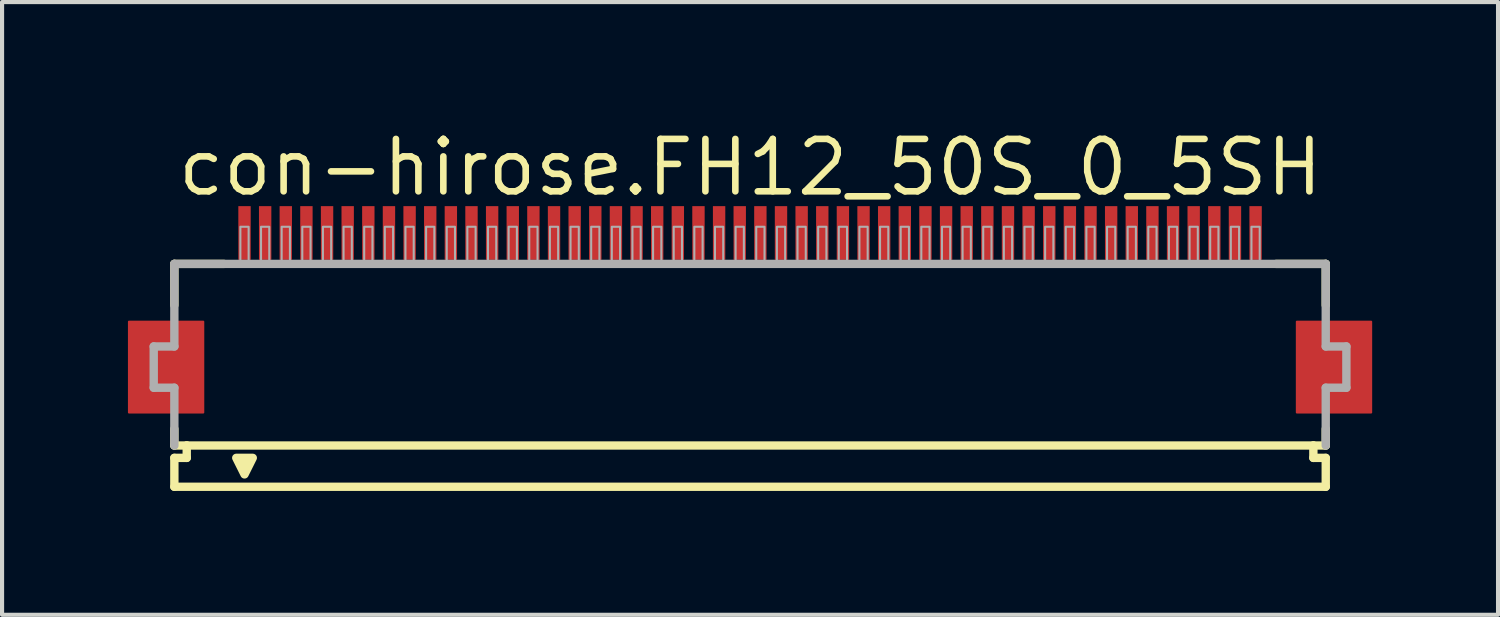
<source format=kicad_pcb>
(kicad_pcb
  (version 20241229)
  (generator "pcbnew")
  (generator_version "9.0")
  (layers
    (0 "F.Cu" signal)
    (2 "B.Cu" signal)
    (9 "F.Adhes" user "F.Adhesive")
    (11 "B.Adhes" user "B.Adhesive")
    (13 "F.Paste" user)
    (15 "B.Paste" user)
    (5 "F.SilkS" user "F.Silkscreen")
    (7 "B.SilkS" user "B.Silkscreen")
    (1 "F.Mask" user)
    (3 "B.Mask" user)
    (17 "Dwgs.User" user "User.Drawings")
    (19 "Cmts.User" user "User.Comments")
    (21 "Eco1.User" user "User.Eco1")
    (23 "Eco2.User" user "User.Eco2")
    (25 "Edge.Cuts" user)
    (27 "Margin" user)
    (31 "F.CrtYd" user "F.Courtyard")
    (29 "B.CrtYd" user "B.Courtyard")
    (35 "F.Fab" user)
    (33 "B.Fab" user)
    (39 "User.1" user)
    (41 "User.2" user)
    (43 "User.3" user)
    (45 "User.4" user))
  (footprint "con-hirose.FH12_50S_0_5SH"
    (layer "F.Cu")
    (at 15.125 5.845)
    (property "Reference" "con-hirose.FH12_50S_0_5SH" (at -13.948 -4.095 0) (layer "F.SilkS") (effects (font (size 1.27 1.27) (thickness 0.16)) (justify left bottom)))
    (attr smd)
    (fp_rect (start -15.05 1.1) (end -13.25 -1.1) (stroke (width 0.05) (type default)) (fill yes) (layer "F.Cu"))
    (fp_rect (start 13.25 1.1) (end 15.05 -1.1) (stroke (width 0.05) (type default)) (fill yes) (layer "F.Cu"))
    (fp_rect (start -15.1 1.175) (end -13.2 -1.175) (stroke (width 0.05) (type default)) (fill yes) (layer "F.Mask"))
    (fp_rect (start -12.45 -2.55) (end -12.05 -3.95) (stroke (width 0.05) (type default)) (fill yes) (layer "F.Mask"))
    (fp_rect (start -11.95 -2.55) (end -11.55 -3.95) (stroke (width 0.05) (type default)) (fill yes) (layer "F.Mask"))
    (fp_rect (start -11.45 -2.55) (end -11.05 -3.95) (stroke (width 0.05) (type default)) (fill yes) (layer "F.Mask"))
    (fp_rect (start -10.95 -2.55) (end -10.55 -3.95) (stroke (width 0.05) (type default)) (fill yes) (layer "F.Mask"))
    (fp_rect (start -10.45 -2.55) (end -10.05 -3.95) (stroke (width 0.05) (type default)) (fill yes) (layer "F.Mask"))
    (fp_rect (start -9.95 -2.55) (end -9.55 -3.95) (stroke (width 0.05) (type default)) (fill yes) (layer "F.Mask"))
    (fp_rect (start -9.45 -2.55) (end -9.05 -3.95) (stroke (width 0.05) (type default)) (fill yes) (layer "F.Mask"))
    (fp_rect (start -8.95 -2.55) (end -8.55 -3.95) (stroke (width 0.05) (type default)) (fill yes) (layer "F.Mask"))
    (fp_rect (start -8.45 -2.55) (end -8.05 -3.95) (stroke (width 0.05) (type default)) (fill yes) (layer "F.Mask"))
    (fp_rect (start -7.95 -2.55) (end -7.55 -3.95) (stroke (width 0.05) (type default)) (fill yes) (layer "F.Mask"))
    (fp_rect (start -7.45 -2.55) (end -7.05 -3.95) (stroke (width 0.05) (type default)) (fill yes) (layer "F.Mask"))
    (fp_rect (start -6.95 -2.55) (end -6.55 -3.95) (stroke (width 0.05) (type default)) (fill yes) (layer "F.Mask"))
    (fp_rect (start -6.45 -2.55) (end -6.05 -3.95) (stroke (width 0.05) (type default)) (fill yes) (layer "F.Mask"))
    (fp_rect (start -5.95 -2.55) (end -5.55 -3.95) (stroke (width 0.05) (type default)) (fill yes) (layer "F.Mask"))
    (fp_rect (start -5.45 -2.55) (end -5.05 -3.95) (stroke (width 0.05) (type default)) (fill yes) (layer "F.Mask"))
    (fp_rect (start -4.95 -2.55) (end -4.55 -3.95) (stroke (width 0.05) (type default)) (fill yes) (layer "F.Mask"))
    (fp_rect (start -4.45 -2.55) (end -4.05 -3.95) (stroke (width 0.05) (type default)) (fill yes) (layer "F.Mask"))
    (fp_rect (start -3.95 -2.55) (end -3.55 -3.95) (stroke (width 0.05) (type default)) (fill yes) (layer "F.Mask"))
    (fp_rect (start -3.45 -2.55) (end -3.05 -3.95) (stroke (width 0.05) (type default)) (fill yes) (layer "F.Mask"))
    (fp_rect (start -2.95 -2.55) (end -2.55 -3.95) (stroke (width 0.05) (type default)) (fill yes) (layer "F.Mask"))
    (fp_rect (start -2.45 -2.55) (end -2.05 -3.95) (stroke (width 0.05) (type default)) (fill yes) (layer "F.Mask"))
    (fp_rect (start -1.95 -2.55) (end -1.55 -3.95) (stroke (width 0.05) (type default)) (fill yes) (layer "F.Mask"))
    (fp_rect (start -1.45 -2.55) (end -1.05 -3.95) (stroke (width 0.05) (type default)) (fill yes) (layer "F.Mask"))
    (fp_rect (start -0.95 -2.55) (end -0.55 -3.95) (stroke (width 0.05) (type default)) (fill yes) (layer "F.Mask"))
    (fp_rect (start -0.45 -2.55) (end -0.05 -3.95) (stroke (width 0.05) (type default)) (fill yes) (layer "F.Mask"))
    (fp_rect (start 0.05 -2.55) (end 0.45 -3.95) (stroke (width 0.05) (type default)) (fill yes) (layer "F.Mask"))
    (fp_rect (start 0.55 -2.55) (end 0.95 -3.95) (stroke (width 0.05) (type default)) (fill yes) (layer "F.Mask"))
    (fp_rect (start 1.05 -2.55) (end 1.45 -3.95) (stroke (width 0.05) (type default)) (fill yes) (layer "F.Mask"))
    (fp_rect (start 1.55 -2.55) (end 1.95 -3.95) (stroke (width 0.05) (type default)) (fill yes) (layer "F.Mask"))
    (fp_rect (start 2.05 -2.55) (end 2.45 -3.95) (stroke (width 0.05) (type default)) (fill yes) (layer "F.Mask"))
    (fp_rect (start 2.55 -2.55) (end 2.95 -3.95) (stroke (width 0.05) (type default)) (fill yes) (layer "F.Mask"))
    (fp_rect (start 3.05 -2.55) (end 3.45 -3.95) (stroke (width 0.05) (type default)) (fill yes) (layer "F.Mask"))
    (fp_rect (start 3.55 -2.55) (end 3.95 -3.95) (stroke (width 0.05) (type default)) (fill yes) (layer "F.Mask"))
    (fp_rect (start 4.05 -2.55) (end 4.45 -3.95) (stroke (width 0.05) (type default)) (fill yes) (layer "F.Mask"))
    (fp_rect (start 4.55 -2.55) (end 4.95 -3.95) (stroke (width 0.05) (type default)) (fill yes) (layer "F.Mask"))
    (fp_rect (start 5.05 -2.55) (end 5.45 -3.95) (stroke (width 0.05) (type default)) (fill yes) (layer "F.Mask"))
    (fp_rect (start 5.55 -2.55) (end 5.95 -3.95) (stroke (width 0.05) (type default)) (fill yes) (layer "F.Mask"))
    (fp_rect (start 6.05 -2.55) (end 6.45 -3.95) (stroke (width 0.05) (type default)) (fill yes) (layer "F.Mask"))
    (fp_rect (start 6.55 -2.55) (end 6.95 -3.95) (stroke (width 0.05) (type default)) (fill yes) (layer "F.Mask"))
    (fp_rect (start 7.05 -2.55) (end 7.45 -3.95) (stroke (width 0.05) (type default)) (fill yes) (layer "F.Mask"))
    (fp_rect (start 7.55 -2.55) (end 7.95 -3.95) (stroke (width 0.05) (type default)) (fill yes) (layer "F.Mask"))
    (fp_rect (start 8.05 -2.55) (end 8.45 -3.95) (stroke (width 0.05) (type default)) (fill yes) (layer "F.Mask"))
    (fp_rect (start 8.55 -2.55) (end 8.95 -3.95) (stroke (width 0.05) (type default)) (fill yes) (layer "F.Mask"))
    (fp_rect (start 9.05 -2.55) (end 9.45 -3.95) (stroke (width 0.05) (type default)) (fill yes) (layer "F.Mask"))
    (fp_rect (start 9.55 -2.55) (end 9.95 -3.95) (stroke (width 0.05) (type default)) (fill yes) (layer "F.Mask"))
    (fp_rect (start 10.05 -2.55) (end 10.45 -3.95) (stroke (width 0.05) (type default)) (fill yes) (layer "F.Mask"))
    (fp_rect (start 10.55 -2.55) (end 10.95 -3.95) (stroke (width 0.05) (type default)) (fill yes) (layer "F.Mask"))
    (fp_rect (start 11.05 -2.55) (end 11.45 -3.95) (stroke (width 0.05) (type default)) (fill yes) (layer "F.Mask"))
    (fp_rect (start 11.55 -2.55) (end 11.95 -3.95) (stroke (width 0.05) (type default)) (fill yes) (layer "F.Mask"))
    (fp_rect (start 12.05 -2.55) (end 12.45 -3.95) (stroke (width 0.05) (type default)) (fill yes) (layer "F.Mask"))
    (fp_rect (start 13.2 1.175) (end 15.1 -1.175) (stroke (width 0.05) (type default)) (fill yes) (layer "F.Mask"))
    (fp_line (start -13.95 -2.5) (end -13.95 -1.5) (stroke (width 0.203) (type default)) (layer "F.SilkS"))
    (fp_line (start -13.95 1.5) (end -13.95 1.9) (stroke (width 0.203) (type default)) (layer "F.SilkS"))
    (fp_line (start -13.95 1.9) (end -13.65 1.9) (stroke (width 0.203) (type default)) (layer "F.SilkS"))
    (fp_line (start -13.95 2.2) (end -13.95 2.9) (stroke (width 0.203) (type default)) (layer "F.SilkS"))
    (fp_line (start -13.65 1.9) (end -13.65 2.2) (stroke (width 0.203) (type default)) (layer "F.SilkS"))
    (fp_line (start -13.65 2.2) (end -13.95 2.2) (stroke (width 0.203) (type default)) (layer "F.SilkS"))
    (fp_line (start -12.75 -2.5) (end -13.95 -2.5) (stroke (width 0.203) (type default)) (layer "F.SilkS"))
    (fp_line (start 13.65 1.9) (end -13.65 1.9) (stroke (width 0.203) (type default)) (layer "F.SilkS"))
    (fp_line (start 13.65 1.9) (end 13.95 1.9) (stroke (width 0.203) (type default)) (layer "F.SilkS"))
    (fp_line (start 13.65 2.2) (end 13.65 1.9) (stroke (width 0.203) (type default)) (layer "F.SilkS"))
    (fp_line (start 13.95 -2.5) (end 12.75 -2.5) (stroke (width 0.203) (type default)) (layer "F.SilkS"))
    (fp_line (start 13.95 -1.5) (end 13.95 -2.5) (stroke (width 0.203) (type default)) (layer "F.SilkS"))
    (fp_line (start 13.95 1.9) (end 13.95 1.5) (stroke (width 0.203) (type default)) (layer "F.SilkS"))
    (fp_line (start 13.95 2.2) (end 13.65 2.2) (stroke (width 0.203) (type default)) (layer "F.SilkS"))
    (fp_line (start 13.95 2.9) (end -13.95 2.9) (stroke (width 0.203) (type default)) (layer "F.SilkS"))
    (fp_line (start 13.95 2.9) (end 13.95 2.2) (stroke (width 0.203) (type default)) (layer "F.SilkS"))
    (fp_poly (pts (xy -12.45 2.2) (xy -12.25 2.6) (xy -12.05 2.2)) (stroke (width 0.203) (type default)) (fill yes) (layer "F.SilkS"))
    (fp_rect (start -14.975 1.025) (end -13.325 -1.025) (stroke (width 0.05) (type default)) (fill yes) (layer "F.Paste"))
    (fp_rect (start -12.375 -2.625) (end -12.125 -3.875) (stroke (width 0.05) (type default)) (fill yes) (layer "F.Paste"))
    (fp_rect (start -11.875 -2.625) (end -11.625 -3.875) (stroke (width 0.05) (type default)) (fill yes) (layer "F.Paste"))
    (fp_rect (start -11.375 -2.625) (end -11.125 -3.875) (stroke (width 0.05) (type default)) (fill yes) (layer "F.Paste"))
    (fp_rect (start -10.875 -2.625) (end -10.625 -3.875) (stroke (width 0.05) (type default)) (fill yes) (layer "F.Paste"))
    (fp_rect (start -10.375 -2.625) (end -10.125 -3.875) (stroke (width 0.05) (type default)) (fill yes) (layer "F.Paste"))
    (fp_rect (start -9.875 -2.625) (end -9.625 -3.875) (stroke (width 0.05) (type default)) (fill yes) (layer "F.Paste"))
    (fp_rect (start -9.375 -2.625) (end -9.125 -3.875) (stroke (width 0.05) (type default)) (fill yes) (layer "F.Paste"))
    (fp_rect (start -8.875 -2.625) (end -8.625 -3.875) (stroke (width 0.05) (type default)) (fill yes) (layer "F.Paste"))
    (fp_rect (start -8.375 -2.625) (end -8.125 -3.875) (stroke (width 0.05) (type default)) (fill yes) (layer "F.Paste"))
    (fp_rect (start -7.875 -2.625) (end -7.625 -3.875) (stroke (width 0.05) (type default)) (fill yes) (layer "F.Paste"))
    (fp_rect (start -7.375 -2.625) (end -7.125 -3.875) (stroke (width 0.05) (type default)) (fill yes) (layer "F.Paste"))
    (fp_rect (start -6.875 -2.625) (end -6.625 -3.875) (stroke (width 0.05) (type default)) (fill yes) (layer "F.Paste"))
    (fp_rect (start -6.375 -2.625) (end -6.125 -3.875) (stroke (width 0.05) (type default)) (fill yes) (layer "F.Paste"))
    (fp_rect (start -5.875 -2.625) (end -5.625 -3.875) (stroke (width 0.05) (type default)) (fill yes) (layer "F.Paste"))
    (fp_rect (start -5.375 -2.625) (end -5.125 -3.875) (stroke (width 0.05) (type default)) (fill yes) (layer "F.Paste"))
    (fp_rect (start -4.875 -2.625) (end -4.625 -3.875) (stroke (width 0.05) (type default)) (fill yes) (layer "F.Paste"))
    (fp_rect (start -4.375 -2.625) (end -4.125 -3.875) (stroke (width 0.05) (type default)) (fill yes) (layer "F.Paste"))
    (fp_rect (start -3.875 -2.625) (end -3.625 -3.875) (stroke (width 0.05) (type default)) (fill yes) (layer "F.Paste"))
    (fp_rect (start -3.375 -2.625) (end -3.125 -3.875) (stroke (width 0.05) (type default)) (fill yes) (layer "F.Paste"))
    (fp_rect (start -2.875 -2.625) (end -2.625 -3.875) (stroke (width 0.05) (type default)) (fill yes) (layer "F.Paste"))
    (fp_rect (start -2.375 -2.625) (end -2.125 -3.875) (stroke (width 0.05) (type default)) (fill yes) (layer "F.Paste"))
    (fp_rect (start -1.875 -2.625) (end -1.625 -3.875) (stroke (width 0.05) (type default)) (fill yes) (layer "F.Paste"))
    (fp_rect (start -1.375 -2.625) (end -1.125 -3.875) (stroke (width 0.05) (type default)) (fill yes) (layer "F.Paste"))
    (fp_rect (start -0.875 -2.625) (end -0.625 -3.875) (stroke (width 0.05) (type default)) (fill yes) (layer "F.Paste"))
    (fp_rect (start -0.375 -2.625) (end -0.125 -3.875) (stroke (width 0.05) (type default)) (fill yes) (layer "F.Paste"))
    (fp_rect (start 0.125 -2.625) (end 0.375 -3.875) (stroke (width 0.05) (type default)) (fill yes) (layer "F.Paste"))
    (fp_rect (start 0.625 -2.625) (end 0.875 -3.875) (stroke (width 0.05) (type default)) (fill yes) (layer "F.Paste"))
    (fp_rect (start 1.125 -2.625) (end 1.375 -3.875) (stroke (width 0.05) (type default)) (fill yes) (layer "F.Paste"))
    (fp_rect (start 1.625 -2.625) (end 1.875 -3.875) (stroke (width 0.05) (type default)) (fill yes) (layer "F.Paste"))
    (fp_rect (start 2.125 -2.625) (end 2.375 -3.875) (stroke (width 0.05) (type default)) (fill yes) (layer "F.Paste"))
    (fp_rect (start 2.625 -2.625) (end 2.875 -3.875) (stroke (width 0.05) (type default)) (fill yes) (layer "F.Paste"))
    (fp_rect (start 3.125 -2.625) (end 3.375 -3.875) (stroke (width 0.05) (type default)) (fill yes) (layer "F.Paste"))
    (fp_rect (start 3.625 -2.625) (end 3.875 -3.875) (stroke (width 0.05) (type default)) (fill yes) (layer "F.Paste"))
    (fp_rect (start 4.125 -2.625) (end 4.375 -3.875) (stroke (width 0.05) (type default)) (fill yes) (layer "F.Paste"))
    (fp_rect (start 4.625 -2.625) (end 4.875 -3.875) (stroke (width 0.05) (type default)) (fill yes) (layer "F.Paste"))
    (fp_rect (start 5.125 -2.625) (end 5.375 -3.875) (stroke (width 0.05) (type default)) (fill yes) (layer "F.Paste"))
    (fp_rect (start 5.625 -2.625) (end 5.875 -3.875) (stroke (width 0.05) (type default)) (fill yes) (layer "F.Paste"))
    (fp_rect (start 6.125 -2.625) (end 6.375 -3.875) (stroke (width 0.05) (type default)) (fill yes) (layer "F.Paste"))
    (fp_rect (start 6.625 -2.625) (end 6.875 -3.875) (stroke (width 0.05) (type default)) (fill yes) (layer "F.Paste"))
    (fp_rect (start 7.125 -2.625) (end 7.375 -3.875) (stroke (width 0.05) (type default)) (fill yes) (layer "F.Paste"))
    (fp_rect (start 7.625 -2.625) (end 7.875 -3.875) (stroke (width 0.05) (type default)) (fill yes) (layer "F.Paste"))
    (fp_rect (start 8.125 -2.625) (end 8.375 -3.875) (stroke (width 0.05) (type default)) (fill yes) (layer "F.Paste"))
    (fp_rect (start 8.625 -2.625) (end 8.875 -3.875) (stroke (width 0.05) (type default)) (fill yes) (layer "F.Paste"))
    (fp_rect (start 9.125 -2.625) (end 9.375 -3.875) (stroke (width 0.05) (type default)) (fill yes) (layer "F.Paste"))
    (fp_rect (start 9.625 -2.625) (end 9.875 -3.875) (stroke (width 0.05) (type default)) (fill yes) (layer "F.Paste"))
    (fp_rect (start 10.125 -2.625) (end 10.375 -3.875) (stroke (width 0.05) (type default)) (fill yes) (layer "F.Paste"))
    (fp_rect (start 10.625 -2.625) (end 10.875 -3.875) (stroke (width 0.05) (type default)) (fill yes) (layer "F.Paste"))
    (fp_rect (start 11.125 -2.625) (end 11.375 -3.875) (stroke (width 0.05) (type default)) (fill yes) (layer "F.Paste"))
    (fp_rect (start 11.625 -2.625) (end 11.875 -3.875) (stroke (width 0.05) (type default)) (fill yes) (layer "F.Paste"))
    (fp_rect (start 12.125 -2.625) (end 12.375 -3.875) (stroke (width 0.05) (type default)) (fill yes) (layer "F.Paste"))
    (fp_rect (start 13.325 1.025) (end 14.975 -1.025) (stroke (width 0.05) (type default)) (fill yes) (layer "F.Paste"))
    (fp_line (start -14.45 -0.5) (end -14.45 0.5) (stroke (width 0.203) (type default)) (layer "F.Fab"))
    (fp_line (start -14.45 0.5) (end -13.95 0.5) (stroke (width 0.203) (type default)) (layer "F.Fab"))
    (fp_line (start -13.95 -2.5) (end -13.95 -0.5) (stroke (width 0.203) (type default)) (layer "F.Fab"))
    (fp_line (start -13.95 -0.5) (end -14.45 -0.5) (stroke (width 0.203) (type default)) (layer "F.Fab"))
    (fp_line (start -13.95 0.5) (end -13.95 1.9) (stroke (width 0.203) (type default)) (layer "F.Fab"))
    (fp_line (start 13.95 -2.5) (end -13.95 -2.5) (stroke (width 0.203) (type default)) (layer "F.Fab"))
    (fp_line (start 13.95 -0.5) (end 13.95 -2.5) (stroke (width 0.203) (type default)) (layer "F.Fab"))
    (fp_line (start 13.95 0.5) (end 14.45 0.5) (stroke (width 0.203) (type default)) (layer "F.Fab"))
    (fp_line (start 13.95 1.9) (end 13.95 0.5) (stroke (width 0.203) (type default)) (layer "F.Fab"))
    (fp_line (start 14.45 -0.5) (end 13.95 -0.5) (stroke (width 0.203) (type default)) (layer "F.Fab"))
    (fp_line (start 14.45 0.5) (end 14.45 -0.5) (stroke (width 0.203) (type default)) (layer "F.Fab"))
    (fp_rect (start -12.35 -2.55) (end -12.15 -3.4) (stroke (width 0.05) (type default)) (fill no) (layer "F.Fab"))
    (fp_rect (start -11.85 -2.55) (end -11.65 -3.4) (stroke (width 0.05) (type default)) (fill no) (layer "F.Fab"))
    (fp_rect (start -11.35 -2.55) (end -11.15 -3.4) (stroke (width 0.05) (type default)) (fill no) (layer "F.Fab"))
    (fp_rect (start -10.85 -2.55) (end -10.65 -3.4) (stroke (width 0.05) (type default)) (fill no) (layer "F.Fab"))
    (fp_rect (start -10.35 -2.55) (end -10.15 -3.4) (stroke (width 0.05) (type default)) (fill no) (layer "F.Fab"))
    (fp_rect (start -9.85 -2.55) (end -9.65 -3.4) (stroke (width 0.05) (type default)) (fill no) (layer "F.Fab"))
    (fp_rect (start -9.35 -2.55) (end -9.15 -3.4) (stroke (width 0.05) (type default)) (fill no) (layer "F.Fab"))
    (fp_rect (start -8.85 -2.55) (end -8.65 -3.4) (stroke (width 0.05) (type default)) (fill no) (layer "F.Fab"))
    (fp_rect (start -8.35 -2.55) (end -8.15 -3.4) (stroke (width 0.05) (type default)) (fill no) (layer "F.Fab"))
    (fp_rect (start -7.85 -2.55) (end -7.65 -3.4) (stroke (width 0.05) (type default)) (fill no) (layer "F.Fab"))
    (fp_rect (start -7.35 -2.55) (end -7.15 -3.4) (stroke (width 0.05) (type default)) (fill no) (layer "F.Fab"))
    (fp_rect (start -6.85 -2.55) (end -6.65 -3.4) (stroke (width 0.05) (type default)) (fill no) (layer "F.Fab"))
    (fp_rect (start -6.35 -2.55) (end -6.15 -3.4) (stroke (width 0.05) (type default)) (fill no) (layer "F.Fab"))
    (fp_rect (start -5.85 -2.55) (end -5.65 -3.4) (stroke (width 0.05) (type default)) (fill no) (layer "F.Fab"))
    (fp_rect (start -5.35 -2.55) (end -5.15 -3.4) (stroke (width 0.05) (type default)) (fill no) (layer "F.Fab"))
    (fp_rect (start -4.85 -2.55) (end -4.65 -3.4) (stroke (width 0.05) (type default)) (fill no) (layer "F.Fab"))
    (fp_rect (start -4.35 -2.55) (end -4.15 -3.4) (stroke (width 0.05) (type default)) (fill no) (layer "F.Fab"))
    (fp_rect (start -3.85 -2.55) (end -3.65 -3.4) (stroke (width 0.05) (type default)) (fill no) (layer "F.Fab"))
    (fp_rect (start -3.35 -2.55) (end -3.15 -3.4) (stroke (width 0.05) (type default)) (fill no) (layer "F.Fab"))
    (fp_rect (start -2.85 -2.55) (end -2.65 -3.4) (stroke (width 0.05) (type default)) (fill no) (layer "F.Fab"))
    (fp_rect (start -2.35 -2.55) (end -2.15 -3.4) (stroke (width 0.05) (type default)) (fill no) (layer "F.Fab"))
    (fp_rect (start -1.85 -2.55) (end -1.65 -3.4) (stroke (width 0.05) (type default)) (fill no) (layer "F.Fab"))
    (fp_rect (start -1.35 -2.55) (end -1.15 -3.4) (stroke (width 0.05) (type default)) (fill no) (layer "F.Fab"))
    (fp_rect (start -0.85 -2.55) (end -0.65 -3.4) (stroke (width 0.05) (type default)) (fill no) (layer "F.Fab"))
    (fp_rect (start -0.35 -2.55) (end -0.15 -3.4) (stroke (width 0.05) (type default)) (fill no) (layer "F.Fab"))
    (fp_rect (start 0.15 -2.55) (end 0.35 -3.4) (stroke (width 0.05) (type default)) (fill no) (layer "F.Fab"))
    (fp_rect (start 0.65 -2.55) (end 0.85 -3.4) (stroke (width 0.05) (type default)) (fill no) (layer "F.Fab"))
    (fp_rect (start 1.15 -2.55) (end 1.35 -3.4) (stroke (width 0.05) (type default)) (fill no) (layer "F.Fab"))
    (fp_rect (start 1.65 -2.55) (end 1.85 -3.4) (stroke (width 0.05) (type default)) (fill no) (layer "F.Fab"))
    (fp_rect (start 2.15 -2.55) (end 2.35 -3.4) (stroke (width 0.05) (type default)) (fill no) (layer "F.Fab"))
    (fp_rect (start 2.65 -2.55) (end 2.85 -3.4) (stroke (width 0.05) (type default)) (fill no) (layer "F.Fab"))
    (fp_rect (start 3.15 -2.55) (end 3.35 -3.4) (stroke (width 0.05) (type default)) (fill no) (layer "F.Fab"))
    (fp_rect (start 3.65 -2.55) (end 3.85 -3.4) (stroke (width 0.05) (type default)) (fill no) (layer "F.Fab"))
    (fp_rect (start 4.15 -2.55) (end 4.35 -3.4) (stroke (width 0.05) (type default)) (fill no) (layer "F.Fab"))
    (fp_rect (start 4.65 -2.55) (end 4.85 -3.4) (stroke (width 0.05) (type default)) (fill no) (layer "F.Fab"))
    (fp_rect (start 5.15 -2.55) (end 5.35 -3.4) (stroke (width 0.05) (type default)) (fill no) (layer "F.Fab"))
    (fp_rect (start 5.65 -2.55) (end 5.85 -3.4) (stroke (width 0.05) (type default)) (fill no) (layer "F.Fab"))
    (fp_rect (start 6.15 -2.55) (end 6.35 -3.4) (stroke (width 0.05) (type default)) (fill no) (layer "F.Fab"))
    (fp_rect (start 6.65 -2.55) (end 6.85 -3.4) (stroke (width 0.05) (type default)) (fill no) (layer "F.Fab"))
    (fp_rect (start 7.15 -2.55) (end 7.35 -3.4) (stroke (width 0.05) (type default)) (fill no) (layer "F.Fab"))
    (fp_rect (start 7.65 -2.55) (end 7.85 -3.4) (stroke (width 0.05) (type default)) (fill no) (layer "F.Fab"))
    (fp_rect (start 8.15 -2.55) (end 8.35 -3.4) (stroke (width 0.05) (type default)) (fill no) (layer "F.Fab"))
    (fp_rect (start 8.65 -2.55) (end 8.85 -3.4) (stroke (width 0.05) (type default)) (fill no) (layer "F.Fab"))
    (fp_rect (start 9.15 -2.55) (end 9.35 -3.4) (stroke (width 0.05) (type default)) (fill no) (layer "F.Fab"))
    (fp_rect (start 9.65 -2.55) (end 9.85 -3.4) (stroke (width 0.05) (type default)) (fill no) (layer "F.Fab"))
    (fp_rect (start 10.15 -2.55) (end 10.35 -3.4) (stroke (width 0.05) (type default)) (fill no) (layer "F.Fab"))
    (fp_rect (start 10.65 -2.55) (end 10.85 -3.4) (stroke (width 0.05) (type default)) (fill no) (layer "F.Fab"))
    (fp_rect (start 11.15 -2.55) (end 11.35 -3.4) (stroke (width 0.05) (type default)) (fill no) (layer "F.Fab"))
    (fp_rect (start 11.65 -2.55) (end 11.85 -3.4) (stroke (width 0.05) (type default)) (fill no) (layer "F.Fab"))
    (fp_rect (start 12.15 -2.55) (end 12.35 -3.4) (stroke (width 0.05) (type default)) (fill no) (layer "F.Fab"))
    (pad "1" smd roundrect (at -12.25 -3.25) (size 0.3 1.3) (layers "F.Cu" "F.Mask" "F.Paste") (roundrect_rratio 0.01))
    (pad "2" smd roundrect (at -11.75 -3.25) (size 0.3 1.3) (layers "F.Cu" "F.Mask" "F.Paste") (roundrect_rratio 0.01))
    (pad "3" smd roundrect (at -11.25 -3.25) (size 0.3 1.3) (layers "F.Cu" "F.Mask" "F.Paste") (roundrect_rratio 0.01))
    (pad "4" smd roundrect (at -10.75 -3.25) (size 0.3 1.3) (layers "F.Cu" "F.Mask" "F.Paste") (roundrect_rratio 0.01))
    (pad "5" smd roundrect (at -10.25 -3.25) (size 0.3 1.3) (layers "F.Cu" "F.Mask" "F.Paste") (roundrect_rratio 0.01))
    (pad "6" smd roundrect (at -9.75 -3.25) (size 0.3 1.3) (layers "F.Cu" "F.Mask" "F.Paste") (roundrect_rratio 0.01))
    (pad "7" smd roundrect (at -9.25 -3.25) (size 0.3 1.3) (layers "F.Cu" "F.Mask" "F.Paste") (roundrect_rratio 0.01))
    (pad "8" smd roundrect (at -8.75 -3.25) (size 0.3 1.3) (layers "F.Cu" "F.Mask" "F.Paste") (roundrect_rratio 0.01))
    (pad "9" smd roundrect (at -8.25 -3.25) (size 0.3 1.3) (layers "F.Cu" "F.Mask" "F.Paste") (roundrect_rratio 0.01))
    (pad "10" smd roundrect (at -7.75 -3.25) (size 0.3 1.3) (layers "F.Cu" "F.Mask" "F.Paste") (roundrect_rratio 0.01))
    (pad "11" smd roundrect (at -7.25 -3.25) (size 0.3 1.3) (layers "F.Cu" "F.Mask" "F.Paste") (roundrect_rratio 0.01))
    (pad "12" smd roundrect (at -6.75 -3.25) (size 0.3 1.3) (layers "F.Cu" "F.Mask" "F.Paste") (roundrect_rratio 0.01))
    (pad "13" smd roundrect (at -6.25 -3.25) (size 0.3 1.3) (layers "F.Cu" "F.Mask" "F.Paste") (roundrect_rratio 0.01))
    (pad "14" smd roundrect (at -5.75 -3.25) (size 0.3 1.3) (layers "F.Cu" "F.Mask" "F.Paste") (roundrect_rratio 0.01))
    (pad "15" smd roundrect (at -5.25 -3.25) (size 0.3 1.3) (layers "F.Cu" "F.Mask" "F.Paste") (roundrect_rratio 0.01))
    (pad "16" smd roundrect (at -4.75 -3.25) (size 0.3 1.3) (layers "F.Cu" "F.Mask" "F.Paste") (roundrect_rratio 0.01))
    (pad "17" smd roundrect (at -4.25 -3.25) (size 0.3 1.3) (layers "F.Cu" "F.Mask" "F.Paste") (roundrect_rratio 0.01))
    (pad "18" smd roundrect (at -3.75 -3.25) (size 0.3 1.3) (layers "F.Cu" "F.Mask" "F.Paste") (roundrect_rratio 0.01))
    (pad "19" smd roundrect (at -3.25 -3.25) (size 0.3 1.3) (layers "F.Cu" "F.Mask" "F.Paste") (roundrect_rratio 0.01))
    (pad "20" smd roundrect (at -2.75 -3.25) (size 0.3 1.3) (layers "F.Cu" "F.Mask" "F.Paste") (roundrect_rratio 0.01))
    (pad "21" smd roundrect (at -2.25 -3.25) (size 0.3 1.3) (layers "F.Cu" "F.Mask" "F.Paste") (roundrect_rratio 0.01))
    (pad "22" smd roundrect (at -1.75 -3.25) (size 0.3 1.3) (layers "F.Cu" "F.Mask" "F.Paste") (roundrect_rratio 0.01))
    (pad "23" smd roundrect (at -1.25 -3.25) (size 0.3 1.3) (layers "F.Cu" "F.Mask" "F.Paste") (roundrect_rratio 0.01))
    (pad "24" smd roundrect (at -0.75 -3.25) (size 0.3 1.3) (layers "F.Cu" "F.Mask" "F.Paste") (roundrect_rratio 0.01))
    (pad "25" smd roundrect (at -0.25 -3.25) (size 0.3 1.3) (layers "F.Cu" "F.Mask" "F.Paste") (roundrect_rratio 0.01))
    (pad "26" smd roundrect (at 0.25 -3.25) (size 0.3 1.3) (layers "F.Cu" "F.Mask" "F.Paste") (roundrect_rratio 0.01))
    (pad "27" smd roundrect (at 0.75 -3.25) (size 0.3 1.3) (layers "F.Cu" "F.Mask" "F.Paste") (roundrect_rratio 0.01))
    (pad "28" smd roundrect (at 1.25 -3.25) (size 0.3 1.3) (layers "F.Cu" "F.Mask" "F.Paste") (roundrect_rratio 0.01))
    (pad "29" smd roundrect (at 1.75 -3.25) (size 0.3 1.3) (layers "F.Cu" "F.Mask" "F.Paste") (roundrect_rratio 0.01))
    (pad "30" smd roundrect (at 2.25 -3.25) (size 0.3 1.3) (layers "F.Cu" "F.Mask" "F.Paste") (roundrect_rratio 0.01))
    (pad "31" smd roundrect (at 2.75 -3.25) (size 0.3 1.3) (layers "F.Cu" "F.Mask" "F.Paste") (roundrect_rratio 0.01))
    (pad "32" smd roundrect (at 3.25 -3.25) (size 0.3 1.3) (layers "F.Cu" "F.Mask" "F.Paste") (roundrect_rratio 0.01))
    (pad "33" smd roundrect (at 3.75 -3.25) (size 0.3 1.3) (layers "F.Cu" "F.Mask" "F.Paste") (roundrect_rratio 0.01))
    (pad "34" smd roundrect (at 4.25 -3.25) (size 0.3 1.3) (layers "F.Cu" "F.Mask" "F.Paste") (roundrect_rratio 0.01))
    (pad "35" smd roundrect (at 4.75 -3.25) (size 0.3 1.3) (layers "F.Cu" "F.Mask" "F.Paste") (roundrect_rratio 0.01))
    (pad "36" smd roundrect (at 5.25 -3.25) (size 0.3 1.3) (layers "F.Cu" "F.Mask" "F.Paste") (roundrect_rratio 0.01))
    (pad "37" smd roundrect (at 5.75 -3.25) (size 0.3 1.3) (layers "F.Cu" "F.Mask" "F.Paste") (roundrect_rratio 0.01))
    (pad "38" smd roundrect (at 6.25 -3.25) (size 0.3 1.3) (layers "F.Cu" "F.Mask" "F.Paste") (roundrect_rratio 0.01))
    (pad "39" smd roundrect (at 6.75 -3.25) (size 0.3 1.3) (layers "F.Cu" "F.Mask" "F.Paste") (roundrect_rratio 0.01))
    (pad "40" smd roundrect (at 7.25 -3.25) (size 0.3 1.3) (layers "F.Cu" "F.Mask" "F.Paste") (roundrect_rratio 0.01))
    (pad "41" smd roundrect (at 7.75 -3.25) (size 0.3 1.3) (layers "F.Cu" "F.Mask" "F.Paste") (roundrect_rratio 0.01))
    (pad "42" smd roundrect (at 8.25 -3.25) (size 0.3 1.3) (layers "F.Cu" "F.Mask" "F.Paste") (roundrect_rratio 0.01))
    (pad "43" smd roundrect (at 8.75 -3.25) (size 0.3 1.3) (layers "F.Cu" "F.Mask" "F.Paste") (roundrect_rratio 0.01))
    (pad "44" smd roundrect (at 9.25 -3.25) (size 0.3 1.3) (layers "F.Cu" "F.Mask" "F.Paste") (roundrect_rratio 0.01))
    (pad "45" smd roundrect (at 9.75 -3.25) (size 0.3 1.3) (layers "F.Cu" "F.Mask" "F.Paste") (roundrect_rratio 0.01))
    (pad "46" smd roundrect (at 10.25 -3.25) (size 0.3 1.3) (layers "F.Cu" "F.Mask" "F.Paste") (roundrect_rratio 0.01))
    (pad "47" smd roundrect (at 10.75 -3.25) (size 0.3 1.3) (layers "F.Cu" "F.Mask" "F.Paste") (roundrect_rratio 0.01))
    (pad "48" smd roundrect (at 11.25 -3.25) (size 0.3 1.3) (layers "F.Cu" "F.Mask" "F.Paste") (roundrect_rratio 0.01))
    (pad "49" smd roundrect (at 11.75 -3.25) (size 0.3 1.3) (layers "F.Cu" "F.Mask" "F.Paste") (roundrect_rratio 0.01))
    (pad "50" smd roundrect (at 12.25 -3.25) (size 0.3 1.3) (layers "F.Cu" "F.Mask" "F.Paste") (roundrect_rratio 0.01)))
  (gr_rect
    (start -3 -3)
    (end 33.25 11.847)
    (stroke (width 0.1) (type default))
    (fill no)
    (layer "Edge.Cuts")))
</source>
